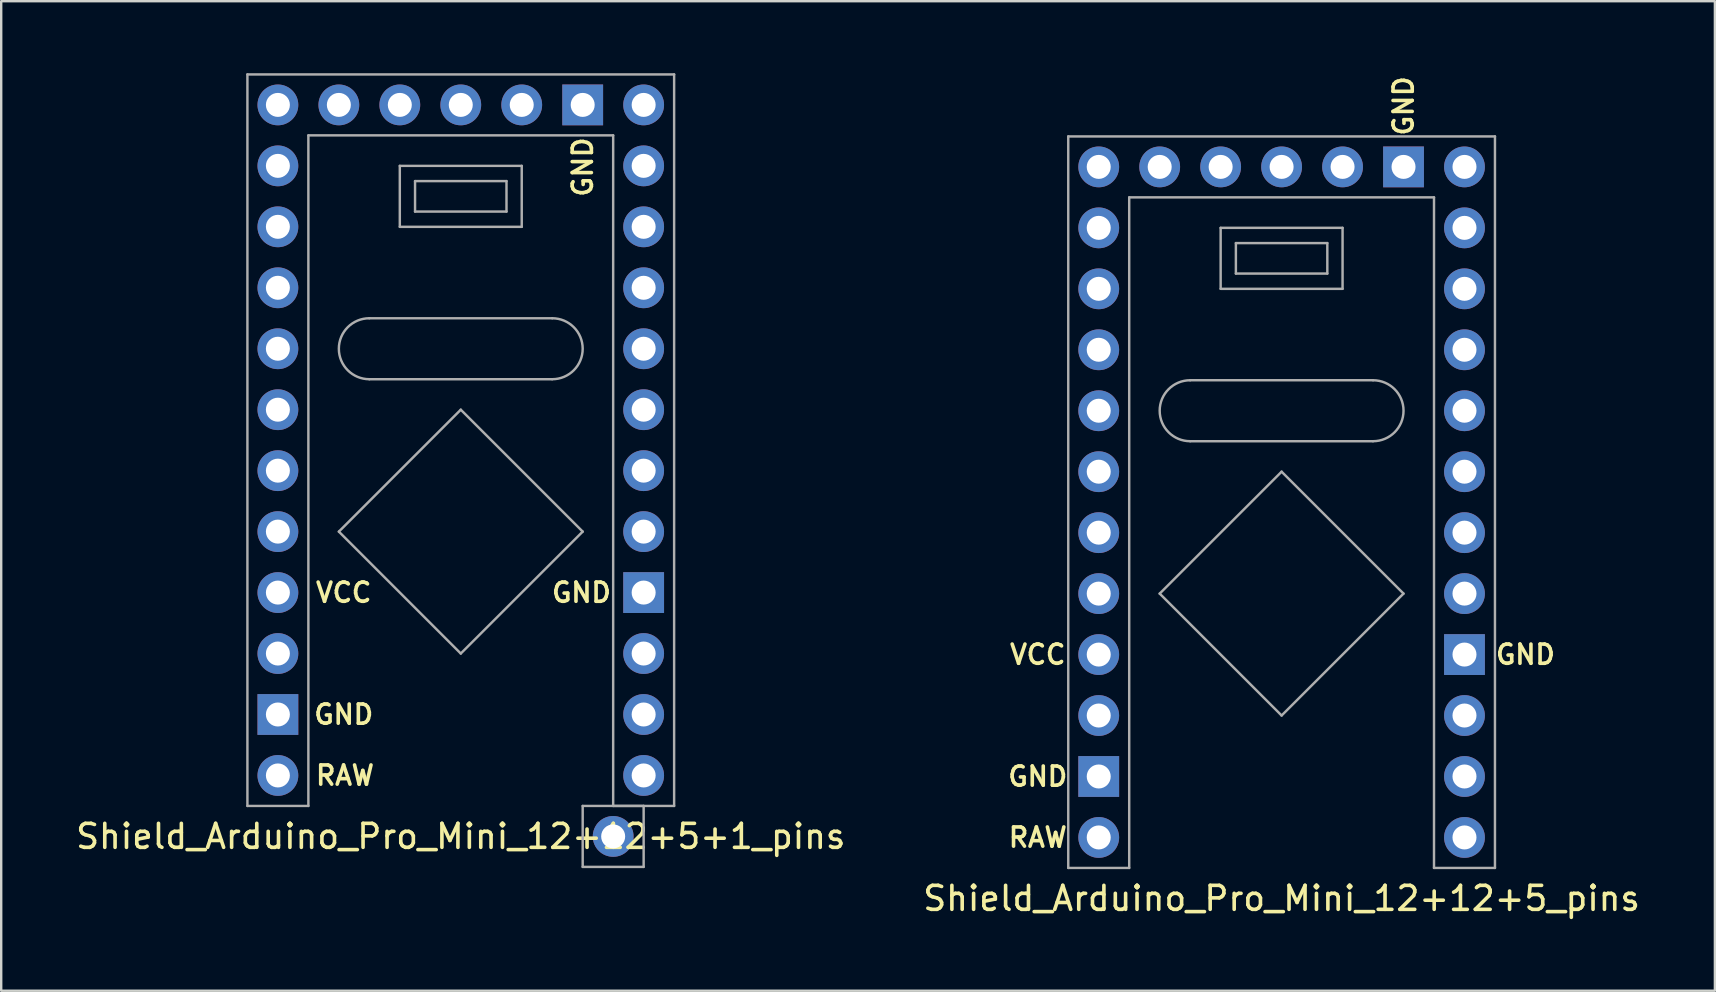
<source format=kicad_pcb>
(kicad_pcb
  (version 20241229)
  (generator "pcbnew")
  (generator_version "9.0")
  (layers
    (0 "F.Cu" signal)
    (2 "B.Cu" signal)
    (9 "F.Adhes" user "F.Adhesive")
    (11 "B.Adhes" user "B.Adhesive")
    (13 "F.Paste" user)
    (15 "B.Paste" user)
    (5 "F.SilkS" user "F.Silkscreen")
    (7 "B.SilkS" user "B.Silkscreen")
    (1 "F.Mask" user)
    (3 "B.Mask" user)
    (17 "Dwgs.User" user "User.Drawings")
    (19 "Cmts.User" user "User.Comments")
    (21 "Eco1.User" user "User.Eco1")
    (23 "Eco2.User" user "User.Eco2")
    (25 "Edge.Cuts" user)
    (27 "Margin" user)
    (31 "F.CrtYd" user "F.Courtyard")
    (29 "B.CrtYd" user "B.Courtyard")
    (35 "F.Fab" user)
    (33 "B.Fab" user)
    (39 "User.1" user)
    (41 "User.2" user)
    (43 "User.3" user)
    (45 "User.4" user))
  (footprint "Shield_Arduino_Pro_Mini_12+12+5_pins"
    (layer "F.Cu")
    (at 50.351 16.604)
    (property "Reference" "Shield_Arduino_Pro_Mini_12+12+5_pins" (at 0 17.78 0) (layer "F.SilkS") (effects (font (size 1 1) (thickness 0.15))))
    (attr through_hole)
    (fp_line (start -8.89 -13.97) (end 8.89 -13.97) (stroke (width 0.102) (type solid)) (layer "F.Fab"))
    (fp_line (start -8.89 16.51) (end -8.89 -13.97) (stroke (width 0.102) (type solid)) (layer "F.Fab"))
    (fp_line (start -6.35 -11.43) (end -6.35 16.51) (stroke (width 0.102) (type solid)) (layer "F.Fab"))
    (fp_line (start -6.35 -11.43) (end 6.35 -11.43) (stroke (width 0.102) (type solid)) (layer "F.Fab"))
    (fp_line (start -6.35 16.51) (end -8.89 16.51) (stroke (width 0.102) (type solid)) (layer "F.Fab"))
    (fp_line (start -5.08 5.08) (end 0 10.16) (stroke (width 0.102) (type solid)) (layer "F.Fab"))
    (fp_line (start -3.81 -3.81) (end 3.81 -3.81) (stroke (width 0.102) (type solid)) (layer "F.Fab"))
    (fp_line (start -2.54 -10.16) (end 2.54 -10.16) (stroke (width 0.102) (type solid)) (layer "F.Fab"))
    (fp_line (start -2.54 -7.62) (end -2.54 -10.16) (stroke (width 0.102) (type solid)) (layer "F.Fab"))
    (fp_line (start -1.905 -9.525) (end -1.905 -8.255) (stroke (width 0.102) (type solid)) (layer "F.Fab"))
    (fp_line (start -1.905 -8.255) (end 1.905 -8.255) (stroke (width 0.102) (type solid)) (layer "F.Fab"))
    (fp_line (start 0 0) (end -5.08 5.08) (stroke (width 0.102) (type solid)) (layer "F.Fab"))
    (fp_line (start 0 10.16) (end 5.08 5.08) (stroke (width 0.102) (type solid)) (layer "F.Fab"))
    (fp_line (start 1.905 -9.525) (end -1.905 -9.525) (stroke (width 0.102) (type solid)) (layer "F.Fab"))
    (fp_line (start 1.905 -8.255) (end 1.905 -9.525) (stroke (width 0.102) (type solid)) (layer "F.Fab"))
    (fp_line (start 2.54 -10.16) (end 2.54 -7.62) (stroke (width 0.102) (type solid)) (layer "F.Fab"))
    (fp_line (start 2.54 -7.62) (end -2.54 -7.62) (stroke (width 0.102) (type solid)) (layer "F.Fab"))
    (fp_line (start 3.81 -1.27) (end -3.81 -1.27) (stroke (width 0.102) (type solid)) (layer "F.Fab"))
    (fp_line (start 5.08 5.08) (end 0 0) (stroke (width 0.102) (type solid)) (layer "F.Fab"))
    (fp_line (start 6.35 -11.43) (end 6.35 16.51) (stroke (width 0.102) (type solid)) (layer "F.Fab"))
    (fp_line (start 6.35 16.51) (end 8.89 16.51) (stroke (width 0.102) (type solid)) (layer "F.Fab"))
    (fp_line (start 8.89 -13.97) (end 8.89 16.51) (stroke (width 0.102) (type solid)) (layer "F.Fab"))
    (fp_arc (start -3.81 -1.27) (mid -5.08 -2.54) (end -3.81 -3.81) (stroke (width 0.1016) (type solid)) (layer "F.Fab"))
    (fp_arc (start 3.81 -3.81) (mid 5.08 -2.54) (end 3.81 -1.27) (stroke (width 0.1016) (type solid)) (layer "F.Fab"))
    (fp_text user "GND" (at 5.08 -15.24 90) (layer "F.SilkS") (effects (font (size 0.8 0.8) (thickness 0.15))))
    (fp_text user "GND" (at -10.16 12.7 0) (layer "F.SilkS") (effects (font (size 0.8 0.8) (thickness 0.15))))
    (fp_text user "RAW" (at -10.16 15.24 0) (layer "F.SilkS") (effects (font (size 0.8 0.8) (thickness 0.15))))
    (fp_text user "VCC" (at -10.16 7.62 0) (layer "F.SilkS") (effects (font (size 0.8 0.8) (thickness 0.15))))
    (fp_text user "GND" (at 10.16 7.62 0) (layer "F.SilkS") (effects (font (size 0.8 0.8) (thickness 0.15))))
    (pad "1" thru_hole circle (at 7.62 2.54) (size 1.7 1.7) (drill 1) (layers "*.Cu" "*.Mask"))
    (pad "2" thru_hole circle (at 7.62 0) (size 1.7 1.7) (drill 1) (layers "*.Cu" "*.Mask"))
    (pad "3" thru_hole rect (at -7.62 12.7) (size 1.7 1.7) (drill 1) (layers "*.Cu" "*.Mask"))
    (pad "4" thru_hole circle (at -7.62 7.62) (size 1.7 1.7) (drill 1) (layers "*.Cu" "*.Mask"))
    (pad "5" thru_hole rect (at 7.62 7.62) (size 1.7 1.7) (drill 1) (layers "*.Cu" "*.Mask"))
    (pad "9" thru_hole circle (at 7.62 -2.54) (size 1.7 1.7) (drill 1) (layers "*.Cu" "*.Mask"))
    (pad "10" thru_hole circle (at 7.62 -5.08) (size 1.7 1.7) (drill 1) (layers "*.Cu" "*.Mask"))
    (pad "11" thru_hole circle (at 7.62 -7.62) (size 1.7 1.7) (drill 1) (layers "*.Cu" "*.Mask"))
    (pad "12" thru_hole circle (at 7.62 -10.16) (size 1.7 1.7) (drill 1) (layers "*.Cu" "*.Mask"))
    (pad "13" thru_hole circle (at 7.62 -12.7) (size 1.7 1.7) (drill 1) (layers "*.Cu" "*.Mask"))
    (pad "14" thru_hole circle (at -7.62 -12.7) (size 1.7 1.7) (drill 1) (layers "*.Cu" "*.Mask"))
    (pad "15" thru_hole circle (at -7.62 -10.16) (size 1.7 1.7) (drill 1) (layers "*.Cu" "*.Mask"))
    (pad "16" thru_hole circle (at -7.62 -7.62) (size 1.7 1.7) (drill 1) (layers "*.Cu" "*.Mask"))
    (pad "17" thru_hole circle (at -7.62 -5.08) (size 1.7 1.7) (drill 1) (layers "*.Cu" "*.Mask"))
    (pad "19" thru_hole circle (at -2.54 -12.7) (size 1.7 1.7) (drill 1) (layers "*.Cu" "*.Mask"))
    (pad "21" thru_hole rect (at 5.08 -12.7) (size 1.7 1.7) (drill 1) (layers "*.Cu" "*.Mask"))
    (pad "22" thru_hole circle (at -5.08 -12.7) (size 1.7 1.7) (drill 1) (layers "*.Cu" "*.Mask"))
    (pad "23" thru_hole circle (at -7.62 -2.54) (size 1.7 1.7) (drill 1) (layers "*.Cu" "*.Mask"))
    (pad "24" thru_hole circle (at -7.62 0) (size 1.7 1.7) (drill 1) (layers "*.Cu" "*.Mask"))
    (pad "25" thru_hole circle (at -7.62 2.54) (size 1.7 1.7) (drill 1) (layers "*.Cu" "*.Mask"))
    (pad "26" thru_hole circle (at -7.62 5.08) (size 1.7 1.7) (drill 1) (layers "*.Cu" "*.Mask"))
    (pad "27" thru_hole circle (at 2.54 -12.7) (size 1.7 1.7) (drill 1) (layers "*.Cu" "*.Mask"))
    (pad "28" thru_hole circle (at 0 -12.7) (size 1.7 1.7) (drill 1) (layers "*.Cu" "*.Mask"))
    (pad "29" thru_hole circle (at -7.62 10.16) (size 1.7 1.7) (drill 1) (layers "*.Cu" "*.Mask"))
    (pad "30" thru_hole circle (at 7.62 12.7) (size 1.7 1.7) (drill 1) (layers "*.Cu" "*.Mask"))
    (pad "31" thru_hole circle (at 7.62 15.24) (size 1.7 1.7) (drill 1) (layers "*.Cu" "*.Mask"))
    (pad "32" thru_hole circle (at 7.62 5.08) (size 1.7 1.7) (drill 1) (layers "*.Cu" "*.Mask"))
    (pad "92" thru_hole circle (at 7.62 10.16) (size 1.7 1.7) (drill 1) (layers "*.Cu" "*.Mask"))
    (pad "99" thru_hole circle (at -7.62 15.24) (size 1.7 1.7) (drill 1) (layers "*.Cu" "*.Mask")))
  (footprint "Shield_Arduino_Pro_Mini_12+12+5+1_pins"
    (layer "F.Cu")
    (at 16.149 14.021)
    (property "Reference" "Shield_Arduino_Pro_Mini_12+12+5+1_pins" (at 0 17.78 0) (layer "F.SilkS") (effects (font (size 1 1) (thickness 0.15))))
    (attr through_hole)
    (fp_line (start -8.89 -13.97) (end 8.89 -13.97) (stroke (width 0.102) (type solid)) (layer "F.Fab"))
    (fp_line (start -8.89 16.51) (end -8.89 -13.97) (stroke (width 0.102) (type solid)) (layer "F.Fab"))
    (fp_line (start -6.35 -11.43) (end -6.35 16.51) (stroke (width 0.102) (type solid)) (layer "F.Fab"))
    (fp_line (start -6.35 -11.43) (end 6.35 -11.43) (stroke (width 0.102) (type solid)) (layer "F.Fab"))
    (fp_line (start -6.35 16.51) (end -8.89 16.51) (stroke (width 0.102) (type solid)) (layer "F.Fab"))
    (fp_line (start -5.08 5.08) (end 0 10.16) (stroke (width 0.102) (type solid)) (layer "F.Fab"))
    (fp_line (start -3.81 -3.81) (end 3.81 -3.81) (stroke (width 0.102) (type solid)) (layer "F.Fab"))
    (fp_line (start -2.54 -10.16) (end 2.54 -10.16) (stroke (width 0.102) (type solid)) (layer "F.Fab"))
    (fp_line (start -2.54 -7.62) (end -2.54 -10.16) (stroke (width 0.102) (type solid)) (layer "F.Fab"))
    (fp_line (start -1.905 -9.525) (end -1.905 -8.255) (stroke (width 0.102) (type solid)) (layer "F.Fab"))
    (fp_line (start -1.905 -8.255) (end 1.905 -8.255) (stroke (width 0.102) (type solid)) (layer "F.Fab"))
    (fp_line (start 0 0) (end -5.08 5.08) (stroke (width 0.102) (type solid)) (layer "F.Fab"))
    (fp_line (start 0 10.16) (end 5.08 5.08) (stroke (width 0.102) (type solid)) (layer "F.Fab"))
    (fp_line (start 1.905 -9.525) (end -1.905 -9.525) (stroke (width 0.102) (type solid)) (layer "F.Fab"))
    (fp_line (start 1.905 -8.255) (end 1.905 -9.525) (stroke (width 0.102) (type solid)) (layer "F.Fab"))
    (fp_line (start 2.54 -10.16) (end 2.54 -7.62) (stroke (width 0.102) (type solid)) (layer "F.Fab"))
    (fp_line (start 2.54 -7.62) (end -2.54 -7.62) (stroke (width 0.102) (type solid)) (layer "F.Fab"))
    (fp_line (start 3.81 -1.27) (end -3.81 -1.27) (stroke (width 0.102) (type solid)) (layer "F.Fab"))
    (fp_line (start 5.08 5.08) (end 0 0) (stroke (width 0.102) (type solid)) (layer "F.Fab"))
    (fp_line (start 5.08 16.51) (end 7.62 16.51) (stroke (width 0.102) (type solid)) (layer "F.Fab"))
    (fp_line (start 5.08 19.05) (end 5.08 16.51) (stroke (width 0.102) (type solid)) (layer "F.Fab"))
    (fp_line (start 6.35 -11.43) (end 6.35 16.51) (stroke (width 0.102) (type solid)) (layer "F.Fab"))
    (fp_line (start 6.35 16.51) (end 8.89 16.51) (stroke (width 0.102) (type solid)) (layer "F.Fab"))
    (fp_line (start 7.62 16.51) (end 7.62 19.05) (stroke (width 0.102) (type solid)) (layer "F.Fab"))
    (fp_line (start 7.62 19.05) (end 5.08 19.05) (stroke (width 0.102) (type solid)) (layer "F.Fab"))
    (fp_line (start 8.89 -13.97) (end 8.89 16.51) (stroke (width 0.102) (type solid)) (layer "F.Fab"))
    (fp_arc (start -3.81 -1.27) (mid -5.08 -2.54) (end -3.81 -3.81) (stroke (width 0.1016) (type solid)) (layer "F.Fab"))
    (fp_arc (start 3.81 -3.81) (mid 5.08 -2.54) (end 3.81 -1.27) (stroke (width 0.1016) (type solid)) (layer "F.Fab"))
    (fp_text user "VCC" (at -4.877 7.62 0) (layer "F.SilkS") (effects (font (size 0.8 0.8) (thickness 0.15))))
    (fp_text user "GND" (at 5.029 7.62 0) (layer "F.SilkS") (effects (font (size 0.8 0.8) (thickness 0.15))))
    (fp_text user "GND" (at -4.877 12.7 0) (layer "F.SilkS") (effects (font (size 0.8 0.8) (thickness 0.15))))
    (fp_text user "RAW" (at -4.826 15.24 0) (layer "F.SilkS") (effects (font (size 0.8 0.8) (thickness 0.15))))
    (fp_text user "GND" (at 5.08 -10.109 90) (layer "F.SilkS") (effects (font (size 0.8 0.8) (thickness 0.15))))
    (pad "1" thru_hole circle (at 7.62 2.54) (size 1.7 1.7) (drill 1) (layers "*.Cu" "*.Mask"))
    (pad "2" thru_hole circle (at 7.62 0) (size 1.7 1.7) (drill 1) (layers "*.Cu" "*.Mask"))
    (pad "3" thru_hole rect (at -7.62 12.7) (size 1.7 1.7) (drill 1) (layers "*.Cu" "*.Mask"))
    (pad "4" thru_hole circle (at -7.62 7.62) (size 1.7 1.7) (drill 1) (layers "*.Cu" "*.Mask"))
    (pad "5" thru_hole rect (at 7.62 7.62) (size 1.7 1.7) (drill 1) (layers "*.Cu" "*.Mask"))
    (pad "9" thru_hole circle (at 7.62 -2.54) (size 1.7 1.7) (drill 1) (layers "*.Cu" "*.Mask"))
    (pad "10" thru_hole circle (at 7.62 -5.08) (size 1.7 1.7) (drill 1) (layers "*.Cu" "*.Mask"))
    (pad "11" thru_hole circle (at 7.62 -7.62) (size 1.7 1.7) (drill 1) (layers "*.Cu" "*.Mask"))
    (pad "12" thru_hole circle (at 7.62 -10.16) (size 1.7 1.7) (drill 1) (layers "*.Cu" "*.Mask"))
    (pad "13" thru_hole circle (at 7.62 -12.7) (size 1.7 1.7) (drill 1) (layers "*.Cu" "*.Mask"))
    (pad "14" thru_hole circle (at -7.62 -12.7) (size 1.7 1.7) (drill 1) (layers "*.Cu" "*.Mask"))
    (pad "15" thru_hole circle (at -7.62 -10.16) (size 1.7 1.7) (drill 1) (layers "*.Cu" "*.Mask"))
    (pad "16" thru_hole circle (at -7.62 -7.62) (size 1.7 1.7) (drill 1) (layers "*.Cu" "*.Mask"))
    (pad "17" thru_hole circle (at -7.62 -5.08) (size 1.7 1.7) (drill 1) (layers "*.Cu" "*.Mask"))
    (pad "19" thru_hole circle (at -2.54 -12.7) (size 1.7 1.7) (drill 1) (layers "*.Cu" "*.Mask"))
    (pad "21" thru_hole rect (at 5.08 -12.7) (size 1.7 1.7) (drill 1) (layers "*.Cu" "*.Mask"))
    (pad "22" thru_hole circle (at -5.08 -12.7) (size 1.7 1.7) (drill 1) (layers "*.Cu" "*.Mask"))
    (pad "23" thru_hole circle (at -7.62 -2.54) (size 1.7 1.7) (drill 1) (layers "*.Cu" "*.Mask"))
    (pad "24" thru_hole circle (at -7.62 0) (size 1.7 1.7) (drill 1) (layers "*.Cu" "*.Mask"))
    (pad "25" thru_hole circle (at -7.62 2.54) (size 1.7 1.7) (drill 1) (layers "*.Cu" "*.Mask"))
    (pad "26" thru_hole circle (at -7.62 5.08) (size 1.7 1.7) (drill 1) (layers "*.Cu" "*.Mask"))
    (pad "27" thru_hole circle (at 2.54 -12.7) (size 1.7 1.7) (drill 1) (layers "*.Cu" "*.Mask"))
    (pad "28" thru_hole circle (at 0 -12.7) (size 1.7 1.7) (drill 1) (layers "*.Cu" "*.Mask"))
    (pad "29" thru_hole circle (at -7.62 10.16) (size 1.7 1.7) (drill 1) (layers "*.Cu" "*.Mask"))
    (pad "30" thru_hole circle (at 7.62 12.7) (size 1.7 1.7) (drill 1) (layers "*.Cu" "*.Mask"))
    (pad "31" thru_hole circle (at 7.62 15.24) (size 1.7 1.7) (drill 1) (layers "*.Cu" "*.Mask"))
    (pad "32" thru_hole circle (at 7.62 5.08) (size 1.7 1.7) (drill 1) (layers "*.Cu" "*.Mask"))
    (pad "90" thru_hole circle (at 6.35 17.78) (size 1.7 1.7) (drill 1) (layers "*.Cu" "*.Mask"))
    (pad "92" thru_hole circle (at 7.62 10.16) (size 1.7 1.7) (drill 1) (layers "*.Cu" "*.Mask"))
    (pad "99" thru_hole circle (at -7.62 15.24) (size 1.7 1.7) (drill 1) (layers "*.Cu" "*.Mask")))
  (gr_rect
    (start -3 -3)
    (end 68.405 38.232)
    (stroke (width 0.1) (type default))
    (fill no)
    (layer "Edge.Cuts")))
</source>
